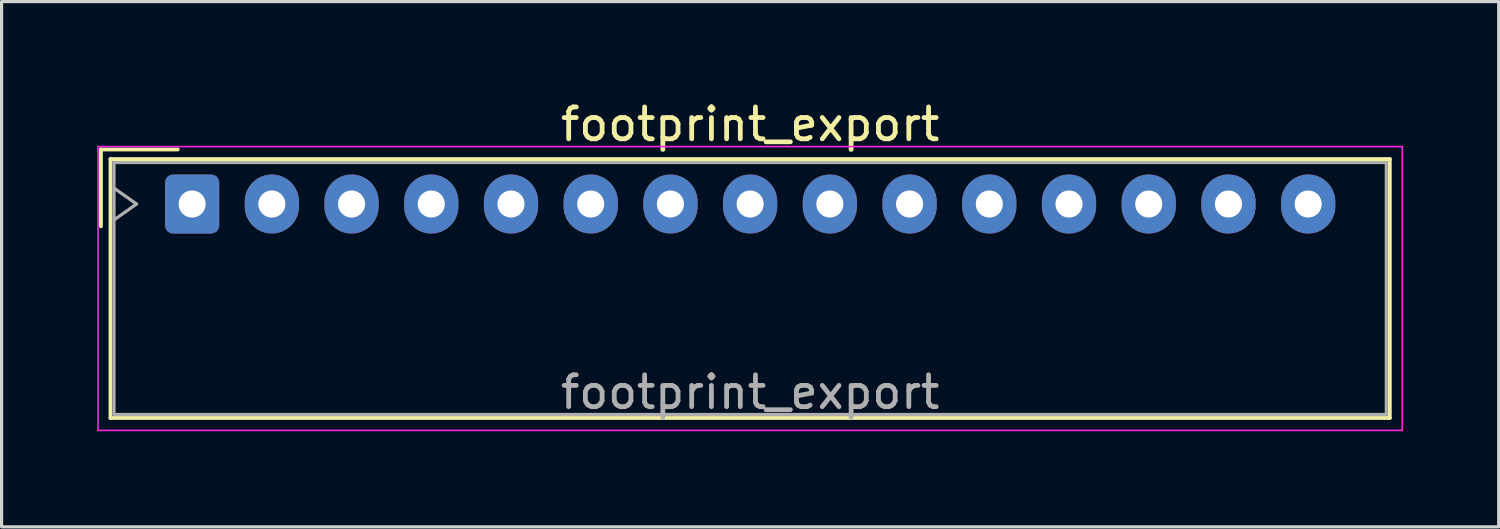
<source format=kicad_pcb>
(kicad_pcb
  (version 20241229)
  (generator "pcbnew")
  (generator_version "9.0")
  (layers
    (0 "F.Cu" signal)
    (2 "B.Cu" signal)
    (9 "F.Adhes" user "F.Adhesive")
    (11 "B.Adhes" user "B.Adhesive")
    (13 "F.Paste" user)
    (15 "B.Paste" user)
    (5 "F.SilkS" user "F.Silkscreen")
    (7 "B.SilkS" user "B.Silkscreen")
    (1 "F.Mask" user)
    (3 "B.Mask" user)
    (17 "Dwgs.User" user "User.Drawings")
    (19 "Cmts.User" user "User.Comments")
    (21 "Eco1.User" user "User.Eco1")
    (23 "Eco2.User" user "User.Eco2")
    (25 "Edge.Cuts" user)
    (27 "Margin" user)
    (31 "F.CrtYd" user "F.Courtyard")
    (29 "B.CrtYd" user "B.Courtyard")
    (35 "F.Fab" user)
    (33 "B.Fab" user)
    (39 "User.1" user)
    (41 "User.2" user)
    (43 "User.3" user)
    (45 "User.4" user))
  (footprint "footprint_export"
    (layer "F.Cu")
    (at 2.975 3.348)
    (property "Reference" "footprint_export" (at 17.5 -2.5 0) (layer "F.SilkS") (effects (font (size 1 1) (thickness 0.15))))
    (attr through_hole)
    (fp_line (start -2.86 -1.71) (end -0.45 -1.71) (stroke (width 0.12) (type solid)) (layer "F.SilkS"))
    (fp_line (start -2.86 0.7) (end -2.86 -1.71) (stroke (width 0.12) (type solid)) (layer "F.SilkS"))
    (fp_line (start -2.56 -1.41) (end -2.56 6.71) (stroke (width 0.12) (type solid)) (layer "F.SilkS"))
    (fp_line (start -2.56 6.71) (end 37.56 6.71) (stroke (width 0.12) (type solid)) (layer "F.SilkS"))
    (fp_line (start 37.56 -1.41) (end -2.56 -1.41) (stroke (width 0.12) (type solid)) (layer "F.SilkS"))
    (fp_line (start 37.56 6.71) (end 37.56 -1.41) (stroke (width 0.12) (type solid)) (layer "F.SilkS"))
    (fp_line (start -2.95 -1.8) (end -2.95 7.1) (stroke (width 0.05) (type solid)) (layer "F.CrtYd"))
    (fp_line (start -2.95 7.1) (end 37.95 7.1) (stroke (width 0.05) (type solid)) (layer "F.CrtYd"))
    (fp_line (start 37.95 -1.8) (end -2.95 -1.8) (stroke (width 0.05) (type solid)) (layer "F.CrtYd"))
    (fp_line (start 37.95 7.1) (end 37.95 -1.8) (stroke (width 0.05) (type solid)) (layer "F.CrtYd"))
    (fp_line (start -2.45 -1.3) (end -2.45 6.6) (stroke (width 0.1) (type solid)) (layer "F.Fab"))
    (fp_line (start -2.45 0.5) (end -1.743 0) (stroke (width 0.1) (type solid)) (layer "F.Fab"))
    (fp_line (start -2.45 6.6) (end 37.45 6.6) (stroke (width 0.1) (type solid)) (layer "F.Fab"))
    (fp_line (start -1.743 0) (end -2.45 -0.5) (stroke (width 0.1) (type solid)) (layer "F.Fab"))
    (fp_line (start 37.45 -1.3) (end -2.45 -1.3) (stroke (width 0.1) (type solid)) (layer "F.Fab"))
    (fp_line (start 37.45 6.6) (end 37.45 -1.3) (stroke (width 0.1) (type solid)) (layer "F.Fab"))
    (fp_text user "${REFERENCE}" (at 17.5 5.9 0) (layer "F.Fab") (effects (font (size 1 1) (thickness 0.15))))
    (pad "1" thru_hole roundrect (at 0 0) (size 1.7 1.85) (drill 0.85) (layers "*.Cu" "*.Mask") (roundrect_rratio 0.147))
    (pad "2" thru_hole oval (at 2.5 0) (size 1.7 1.85) (drill 0.85) (layers "*.Cu" "*.Mask"))
    (pad "3" thru_hole oval (at 5 0) (size 1.7 1.85) (drill 0.85) (layers "*.Cu" "*.Mask"))
    (pad "4" thru_hole oval (at 7.5 0) (size 1.7 1.85) (drill 0.85) (layers "*.Cu" "*.Mask"))
    (pad "5" thru_hole oval (at 10 0) (size 1.7 1.85) (drill 0.85) (layers "*.Cu" "*.Mask"))
    (pad "6" thru_hole oval (at 12.5 0) (size 1.7 1.85) (drill 0.85) (layers "*.Cu" "*.Mask"))
    (pad "7" thru_hole oval (at 15 0) (size 1.7 1.85) (drill 0.85) (layers "*.Cu" "*.Mask"))
    (pad "8" thru_hole oval (at 17.5 0) (size 1.7 1.85) (drill 0.85) (layers "*.Cu" "*.Mask"))
    (pad "9" thru_hole oval (at 20 0) (size 1.7 1.85) (drill 0.85) (layers "*.Cu" "*.Mask"))
    (pad "10" thru_hole oval (at 22.5 0) (size 1.7 1.85) (drill 0.85) (layers "*.Cu" "*.Mask"))
    (pad "11" thru_hole oval (at 25 0) (size 1.7 1.85) (drill 0.85) (layers "*.Cu" "*.Mask"))
    (pad "12" thru_hole oval (at 27.5 0) (size 1.7 1.85) (drill 0.85) (layers "*.Cu" "*.Mask"))
    (pad "13" thru_hole oval (at 30 0) (size 1.7 1.85) (drill 0.85) (layers "*.Cu" "*.Mask"))
    (pad "14" thru_hole oval (at 32.5 0) (size 1.7 1.85) (drill 0.85) (layers "*.Cu" "*.Mask"))
    (pad "15" thru_hole oval (at 35 0) (size 1.7 1.85) (drill 0.85) (layers "*.Cu" "*.Mask")))
  (gr_rect
    (start -3 -3)
    (end 43.95 13.473)
    (stroke (width 0.1) (type default))
    (fill no)
    (layer "Edge.Cuts")))
</source>
